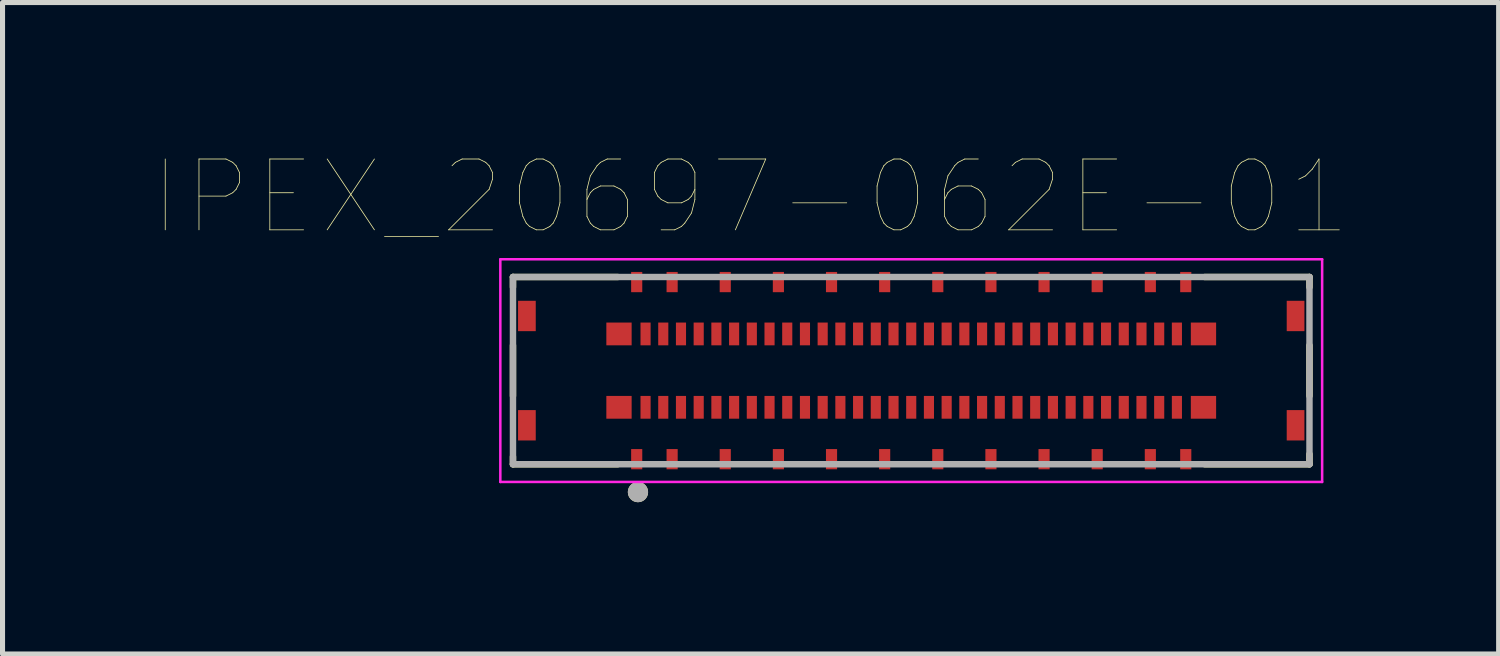
<source format=kicad_pcb>
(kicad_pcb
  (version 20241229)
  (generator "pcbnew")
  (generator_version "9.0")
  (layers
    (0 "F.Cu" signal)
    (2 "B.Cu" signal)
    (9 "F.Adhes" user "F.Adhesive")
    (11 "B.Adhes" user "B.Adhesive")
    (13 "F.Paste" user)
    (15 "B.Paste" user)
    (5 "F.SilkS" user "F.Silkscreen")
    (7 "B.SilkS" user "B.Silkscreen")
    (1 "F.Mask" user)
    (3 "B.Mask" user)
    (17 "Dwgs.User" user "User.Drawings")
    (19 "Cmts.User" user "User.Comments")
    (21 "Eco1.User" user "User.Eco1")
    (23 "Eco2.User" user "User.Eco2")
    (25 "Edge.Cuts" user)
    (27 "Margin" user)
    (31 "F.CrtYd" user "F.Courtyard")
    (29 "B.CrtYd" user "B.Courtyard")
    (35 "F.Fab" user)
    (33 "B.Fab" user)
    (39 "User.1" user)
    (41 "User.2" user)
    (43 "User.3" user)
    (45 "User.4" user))
  (footprint "IPEX_20697-062E-01"
    (layer "F.Cu")
    (at 14.957 4.274)
    (property "Reference" "IPEX_20697-062E-01" (at -3.175 -3.429 0) (layer "F.SilkS") (effects (font (size 1.4 1.4) (thickness 0.015))))
    (attr through_hole)
    (fp_line (start -7.87 -1.85) (end -7.87 -1.65) (stroke (width 0.127) (type solid)) (layer "F.SilkS"))
    (fp_line (start -7.87 -0.5) (end -7.87 0.5) (stroke (width 0.127) (type solid)) (layer "F.SilkS"))
    (fp_line (start -7.87 1.7) (end -7.87 1.85) (stroke (width 0.127) (type solid)) (layer "F.SilkS"))
    (fp_line (start -7.87 1.85) (end -5.8 1.85) (stroke (width 0.127) (type solid)) (layer "F.SilkS"))
    (fp_line (start -5.8 -1.85) (end -7.87 -1.85) (stroke (width 0.127) (type solid)) (layer "F.SilkS"))
    (fp_line (start 5.8 -1.85) (end 7.87 -1.85) (stroke (width 0.127) (type solid)) (layer "F.SilkS"))
    (fp_line (start 5.8 1.85) (end 7.87 1.85) (stroke (width 0.127) (type solid)) (layer "F.SilkS"))
    (fp_line (start 7.87 -1.85) (end 7.87 -1.65) (stroke (width 0.127) (type solid)) (layer "F.SilkS"))
    (fp_line (start 7.87 -0.5) (end 7.87 0.5) (stroke (width 0.127) (type solid)) (layer "F.SilkS"))
    (fp_line (start 7.87 1.85) (end 7.87 1.65) (stroke (width 0.127) (type solid)) (layer "F.SilkS"))
    (fp_circle (center -5.4 2.4) (end -5.3 2.4) (stroke (width 0.2) (type solid)) (fill no) (layer "F.SilkS"))
    (fp_poly (pts (xy -6.025 -0.875) (xy -5.525 -0.875) (xy -5.525 -0.575) (xy -6.025 -0.575)) (stroke (width 0.01) (type solid)) (fill yes) (layer "F.Paste"))
    (fp_poly (pts (xy -6.025 0.575) (xy -5.525 0.575) (xy -5.525 0.875) (xy -6.025 0.875)) (stroke (width 0.01) (type solid)) (fill yes) (layer "F.Paste"))
    (fp_poly (pts (xy -5.35 -0.875) (xy -5.15 -0.875) (xy -5.15 -0.575) (xy -5.35 -0.575)) (stroke (width 0.01) (type solid)) (fill yes) (layer "F.Paste"))
    (fp_poly (pts (xy -5.35 0.575) (xy -5.15 0.575) (xy -5.15 0.875) (xy -5.35 0.875)) (stroke (width 0.01) (type solid)) (fill yes) (layer "F.Paste"))
    (fp_poly (pts (xy -5 -0.875) (xy -4.8 -0.875) (xy -4.8 -0.575) (xy -5 -0.575)) (stroke (width 0.01) (type solid)) (fill yes) (layer "F.Paste"))
    (fp_poly (pts (xy -5 0.575) (xy -4.8 0.575) (xy -4.8 0.875) (xy -5 0.875)) (stroke (width 0.01) (type solid)) (fill yes) (layer "F.Paste"))
    (fp_poly (pts (xy -4.65 -0.875) (xy -4.45 -0.875) (xy -4.45 -0.575) (xy -4.65 -0.575)) (stroke (width 0.01) (type solid)) (fill yes) (layer "F.Paste"))
    (fp_poly (pts (xy -4.65 0.575) (xy -4.45 0.575) (xy -4.45 0.875) (xy -4.65 0.875)) (stroke (width 0.01) (type solid)) (fill yes) (layer "F.Paste"))
    (fp_poly (pts (xy -4.3 -0.875) (xy -4.1 -0.875) (xy -4.1 -0.575) (xy -4.3 -0.575)) (stroke (width 0.01) (type solid)) (fill yes) (layer "F.Paste"))
    (fp_poly (pts (xy -4.3 0.575) (xy -4.1 0.575) (xy -4.1 0.875) (xy -4.3 0.875)) (stroke (width 0.01) (type solid)) (fill yes) (layer "F.Paste"))
    (fp_poly (pts (xy -3.95 -0.875) (xy -3.75 -0.875) (xy -3.75 -0.575) (xy -3.95 -0.575)) (stroke (width 0.01) (type solid)) (fill yes) (layer "F.Paste"))
    (fp_poly (pts (xy -3.95 0.575) (xy -3.75 0.575) (xy -3.75 0.875) (xy -3.95 0.875)) (stroke (width 0.01) (type solid)) (fill yes) (layer "F.Paste"))
    (fp_poly (pts (xy -3.6 -0.875) (xy -3.4 -0.875) (xy -3.4 -0.575) (xy -3.6 -0.575)) (stroke (width 0.01) (type solid)) (fill yes) (layer "F.Paste"))
    (fp_poly (pts (xy -3.6 0.575) (xy -3.4 0.575) (xy -3.4 0.875) (xy -3.6 0.875)) (stroke (width 0.01) (type solid)) (fill yes) (layer "F.Paste"))
    (fp_poly (pts (xy -3.25 -0.875) (xy -3.05 -0.875) (xy -3.05 -0.575) (xy -3.25 -0.575)) (stroke (width 0.01) (type solid)) (fill yes) (layer "F.Paste"))
    (fp_poly (pts (xy -3.25 0.575) (xy -3.05 0.575) (xy -3.05 0.875) (xy -3.25 0.875)) (stroke (width 0.01) (type solid)) (fill yes) (layer "F.Paste"))
    (fp_poly (pts (xy -2.9 -0.875) (xy -2.7 -0.875) (xy -2.7 -0.575) (xy -2.9 -0.575)) (stroke (width 0.01) (type solid)) (fill yes) (layer "F.Paste"))
    (fp_poly (pts (xy -2.9 0.575) (xy -2.7 0.575) (xy -2.7 0.875) (xy -2.9 0.875)) (stroke (width 0.01) (type solid)) (fill yes) (layer "F.Paste"))
    (fp_poly (pts (xy -2.55 -0.875) (xy -2.35 -0.875) (xy -2.35 -0.575) (xy -2.55 -0.575)) (stroke (width 0.01) (type solid)) (fill yes) (layer "F.Paste"))
    (fp_poly (pts (xy -2.55 0.575) (xy -2.35 0.575) (xy -2.35 0.875) (xy -2.55 0.875)) (stroke (width 0.01) (type solid)) (fill yes) (layer "F.Paste"))
    (fp_poly (pts (xy -2.2 -0.875) (xy -2 -0.875) (xy -2 -0.575) (xy -2.2 -0.575)) (stroke (width 0.01) (type solid)) (fill yes) (layer "F.Paste"))
    (fp_poly (pts (xy -2.2 0.575) (xy -2 0.575) (xy -2 0.875) (xy -2.2 0.875)) (stroke (width 0.01) (type solid)) (fill yes) (layer "F.Paste"))
    (fp_poly (pts (xy -1.85 -0.875) (xy -1.65 -0.875) (xy -1.65 -0.575) (xy -1.85 -0.575)) (stroke (width 0.01) (type solid)) (fill yes) (layer "F.Paste"))
    (fp_poly (pts (xy -1.85 0.575) (xy -1.65 0.575) (xy -1.65 0.875) (xy -1.85 0.875)) (stroke (width 0.01) (type solid)) (fill yes) (layer "F.Paste"))
    (fp_poly (pts (xy -1.5 -0.875) (xy -1.3 -0.875) (xy -1.3 -0.575) (xy -1.5 -0.575)) (stroke (width 0.01) (type solid)) (fill yes) (layer "F.Paste"))
    (fp_poly (pts (xy -1.5 0.575) (xy -1.3 0.575) (xy -1.3 0.875) (xy -1.5 0.875)) (stroke (width 0.01) (type solid)) (fill yes) (layer "F.Paste"))
    (fp_poly (pts (xy -1.15 -0.875) (xy -0.95 -0.875) (xy -0.95 -0.575) (xy -1.15 -0.575)) (stroke (width 0.01) (type solid)) (fill yes) (layer "F.Paste"))
    (fp_poly (pts (xy -1.15 0.575) (xy -0.95 0.575) (xy -0.95 0.875) (xy -1.15 0.875)) (stroke (width 0.01) (type solid)) (fill yes) (layer "F.Paste"))
    (fp_poly (pts (xy -0.8 -0.875) (xy -0.6 -0.875) (xy -0.6 -0.575) (xy -0.8 -0.575)) (stroke (width 0.01) (type solid)) (fill yes) (layer "F.Paste"))
    (fp_poly (pts (xy -0.8 0.575) (xy -0.6 0.575) (xy -0.6 0.875) (xy -0.8 0.875)) (stroke (width 0.01) (type solid)) (fill yes) (layer "F.Paste"))
    (fp_poly (pts (xy -0.45 -0.875) (xy -0.25 -0.875) (xy -0.25 -0.575) (xy -0.45 -0.575)) (stroke (width 0.01) (type solid)) (fill yes) (layer "F.Paste"))
    (fp_poly (pts (xy -0.45 0.575) (xy -0.25 0.575) (xy -0.25 0.875) (xy -0.45 0.875)) (stroke (width 0.01) (type solid)) (fill yes) (layer "F.Paste"))
    (fp_poly (pts (xy -0.1 -0.875) (xy 0.1 -0.875) (xy 0.1 -0.575) (xy -0.1 -0.575)) (stroke (width 0.01) (type solid)) (fill yes) (layer "F.Paste"))
    (fp_poly (pts (xy -0.1 0.575) (xy 0.1 0.575) (xy 0.1 0.875) (xy -0.1 0.875)) (stroke (width 0.01) (type solid)) (fill yes) (layer "F.Paste"))
    (fp_poly (pts (xy 0.25 -0.875) (xy 0.45 -0.875) (xy 0.45 -0.575) (xy 0.25 -0.575)) (stroke (width 0.01) (type solid)) (fill yes) (layer "F.Paste"))
    (fp_poly (pts (xy 0.25 0.575) (xy 0.45 0.575) (xy 0.45 0.875) (xy 0.25 0.875)) (stroke (width 0.01) (type solid)) (fill yes) (layer "F.Paste"))
    (fp_poly (pts (xy 0.6 -0.875) (xy 0.8 -0.875) (xy 0.8 -0.575) (xy 0.6 -0.575)) (stroke (width 0.01) (type solid)) (fill yes) (layer "F.Paste"))
    (fp_poly (pts (xy 0.6 0.575) (xy 0.8 0.575) (xy 0.8 0.875) (xy 0.6 0.875)) (stroke (width 0.01) (type solid)) (fill yes) (layer "F.Paste"))
    (fp_poly (pts (xy 0.95 -0.875) (xy 1.15 -0.875) (xy 1.15 -0.575) (xy 0.95 -0.575)) (stroke (width 0.01) (type solid)) (fill yes) (layer "F.Paste"))
    (fp_poly (pts (xy 0.95 0.575) (xy 1.15 0.575) (xy 1.15 0.875) (xy 0.95 0.875)) (stroke (width 0.01) (type solid)) (fill yes) (layer "F.Paste"))
    (fp_poly (pts (xy 1.3 -0.875) (xy 1.5 -0.875) (xy 1.5 -0.575) (xy 1.3 -0.575)) (stroke (width 0.01) (type solid)) (fill yes) (layer "F.Paste"))
    (fp_poly (pts (xy 1.3 0.575) (xy 1.5 0.575) (xy 1.5 0.875) (xy 1.3 0.875)) (stroke (width 0.01) (type solid)) (fill yes) (layer "F.Paste"))
    (fp_poly (pts (xy 1.65 -0.875) (xy 1.85 -0.875) (xy 1.85 -0.575) (xy 1.65 -0.575)) (stroke (width 0.01) (type solid)) (fill yes) (layer "F.Paste"))
    (fp_poly (pts (xy 1.65 0.575) (xy 1.85 0.575) (xy 1.85 0.875) (xy 1.65 0.875)) (stroke (width 0.01) (type solid)) (fill yes) (layer "F.Paste"))
    (fp_poly (pts (xy 2 -0.875) (xy 2.2 -0.875) (xy 2.2 -0.575) (xy 2 -0.575)) (stroke (width 0.01) (type solid)) (fill yes) (layer "F.Paste"))
    (fp_poly (pts (xy 2 0.575) (xy 2.2 0.575) (xy 2.2 0.875) (xy 2 0.875)) (stroke (width 0.01) (type solid)) (fill yes) (layer "F.Paste"))
    (fp_poly (pts (xy 2.35 -0.875) (xy 2.55 -0.875) (xy 2.55 -0.575) (xy 2.35 -0.575)) (stroke (width 0.01) (type solid)) (fill yes) (layer "F.Paste"))
    (fp_poly (pts (xy 2.35 0.575) (xy 2.55 0.575) (xy 2.55 0.875) (xy 2.35 0.875)) (stroke (width 0.01) (type solid)) (fill yes) (layer "F.Paste"))
    (fp_poly (pts (xy 2.7 -0.875) (xy 2.9 -0.875) (xy 2.9 -0.575) (xy 2.7 -0.575)) (stroke (width 0.01) (type solid)) (fill yes) (layer "F.Paste"))
    (fp_poly (pts (xy 2.7 0.575) (xy 2.9 0.575) (xy 2.9 0.875) (xy 2.7 0.875)) (stroke (width 0.01) (type solid)) (fill yes) (layer "F.Paste"))
    (fp_poly (pts (xy 3.05 -0.875) (xy 3.25 -0.875) (xy 3.25 -0.575) (xy 3.05 -0.575)) (stroke (width 0.01) (type solid)) (fill yes) (layer "F.Paste"))
    (fp_poly (pts (xy 3.05 0.575) (xy 3.25 0.575) (xy 3.25 0.875) (xy 3.05 0.875)) (stroke (width 0.01) (type solid)) (fill yes) (layer "F.Paste"))
    (fp_poly (pts (xy 3.4 -0.875) (xy 3.6 -0.875) (xy 3.6 -0.575) (xy 3.4 -0.575)) (stroke (width 0.01) (type solid)) (fill yes) (layer "F.Paste"))
    (fp_poly (pts (xy 3.4 0.575) (xy 3.6 0.575) (xy 3.6 0.875) (xy 3.4 0.875)) (stroke (width 0.01) (type solid)) (fill yes) (layer "F.Paste"))
    (fp_poly (pts (xy 3.75 -0.875) (xy 3.95 -0.875) (xy 3.95 -0.575) (xy 3.75 -0.575)) (stroke (width 0.01) (type solid)) (fill yes) (layer "F.Paste"))
    (fp_poly (pts (xy 3.75 0.575) (xy 3.95 0.575) (xy 3.95 0.875) (xy 3.75 0.875)) (stroke (width 0.01) (type solid)) (fill yes) (layer "F.Paste"))
    (fp_poly (pts (xy 4.1 -0.875) (xy 4.3 -0.875) (xy 4.3 -0.575) (xy 4.1 -0.575)) (stroke (width 0.01) (type solid)) (fill yes) (layer "F.Paste"))
    (fp_poly (pts (xy 4.1 0.575) (xy 4.3 0.575) (xy 4.3 0.875) (xy 4.1 0.875)) (stroke (width 0.01) (type solid)) (fill yes) (layer "F.Paste"))
    (fp_poly (pts (xy 4.45 -0.875) (xy 4.65 -0.875) (xy 4.65 -0.575) (xy 4.45 -0.575)) (stroke (width 0.01) (type solid)) (fill yes) (layer "F.Paste"))
    (fp_poly (pts (xy 4.45 0.575) (xy 4.65 0.575) (xy 4.65 0.875) (xy 4.45 0.875)) (stroke (width 0.01) (type solid)) (fill yes) (layer "F.Paste"))
    (fp_poly (pts (xy 4.8 -0.875) (xy 5 -0.875) (xy 5 -0.575) (xy 4.8 -0.575)) (stroke (width 0.01) (type solid)) (fill yes) (layer "F.Paste"))
    (fp_poly (pts (xy 4.8 0.575) (xy 5 0.575) (xy 5 0.875) (xy 4.8 0.875)) (stroke (width 0.01) (type solid)) (fill yes) (layer "F.Paste"))
    (fp_poly (pts (xy 5.15 -0.875) (xy 5.35 -0.875) (xy 5.35 -0.575) (xy 5.15 -0.575)) (stroke (width 0.01) (type solid)) (fill yes) (layer "F.Paste"))
    (fp_poly (pts (xy 5.15 0.575) (xy 5.35 0.575) (xy 5.35 0.875) (xy 5.15 0.875)) (stroke (width 0.01) (type solid)) (fill yes) (layer "F.Paste"))
    (fp_poly (pts (xy 5.525 -0.875) (xy 6.025 -0.875) (xy 6.025 -0.575) (xy 5.525 -0.575)) (stroke (width 0.01) (type solid)) (fill yes) (layer "F.Paste"))
    (fp_poly (pts (xy 5.525 0.575) (xy 6.025 0.575) (xy 6.025 0.875) (xy 5.525 0.875)) (stroke (width 0.01) (type solid)) (fill yes) (layer "F.Paste"))
    (fp_line (start -8.12 -2.2) (end 8.12 -2.2) (stroke (width 0.05) (type solid)) (layer "F.CrtYd"))
    (fp_line (start -8.12 2.2) (end -8.12 -2.2) (stroke (width 0.05) (type solid)) (layer "F.CrtYd"))
    (fp_line (start 8.12 -2.2) (end 8.12 2.2) (stroke (width 0.05) (type solid)) (layer "F.CrtYd"))
    (fp_line (start 8.12 2.2) (end -8.12 2.2) (stroke (width 0.05) (type solid)) (layer "F.CrtYd"))
    (fp_line (start -7.87 -1.85) (end 7.87 -1.85) (stroke (width 0.127) (type solid)) (layer "F.Fab"))
    (fp_line (start -7.87 1.85) (end -7.87 -1.85) (stroke (width 0.127) (type solid)) (layer "F.Fab"))
    (fp_line (start 7.87 -1.85) (end 7.87 1.85) (stroke (width 0.127) (type solid)) (layer "F.Fab"))
    (fp_line (start 7.87 1.85) (end -7.87 1.85) (stroke (width 0.127) (type solid)) (layer "F.Fab"))
    (fp_circle (center -5.4 2.4) (end -5.3 2.4) (stroke (width 0.2) (type solid)) (fill no) (layer "F.Fab"))
    (pad "1" smd rect (at -5.25 0.725) (size 0.2 0.45) (layers "F.Cu" "F.Mask"))
    (pad "2" smd rect (at -5.25 -0.725) (size 0.2 0.45) (layers "F.Cu" "F.Mask"))
    (pad "3" smd rect (at -4.9 0.725) (size 0.2 0.45) (layers "F.Cu" "F.Mask"))
    (pad "4" smd rect (at -4.9 -0.725) (size 0.2 0.45) (layers "F.Cu" "F.Mask"))
    (pad "5" smd rect (at -4.55 0.725) (size 0.2 0.45) (layers "F.Cu" "F.Mask"))
    (pad "6" smd rect (at -4.55 -0.725) (size 0.2 0.45) (layers "F.Cu" "F.Mask"))
    (pad "7" smd rect (at -4.2 0.725) (size 0.2 0.45) (layers "F.Cu" "F.Mask"))
    (pad "8" smd rect (at -4.2 -0.725) (size 0.2 0.45) (layers "F.Cu" "F.Mask"))
    (pad "9" smd rect (at -3.85 0.725) (size 0.2 0.45) (layers "F.Cu" "F.Mask"))
    (pad "10" smd rect (at -3.85 -0.725) (size 0.2 0.45) (layers "F.Cu" "F.Mask"))
    (pad "11" smd rect (at -3.5 0.725) (size 0.2 0.45) (layers "F.Cu" "F.Mask"))
    (pad "12" smd rect (at -3.5 -0.725) (size 0.2 0.45) (layers "F.Cu" "F.Mask"))
    (pad "13" smd rect (at -3.15 0.725) (size 0.2 0.45) (layers "F.Cu" "F.Mask"))
    (pad "14" smd rect (at -3.15 -0.725) (size 0.2 0.45) (layers "F.Cu" "F.Mask"))
    (pad "15" smd rect (at -2.8 0.725) (size 0.2 0.45) (layers "F.Cu" "F.Mask"))
    (pad "16" smd rect (at -2.8 -0.725) (size 0.2 0.45) (layers "F.Cu" "F.Mask"))
    (pad "17" smd rect (at -2.45 0.725) (size 0.2 0.45) (layers "F.Cu" "F.Mask"))
    (pad "18" smd rect (at -2.45 -0.725) (size 0.2 0.45) (layers "F.Cu" "F.Mask"))
    (pad "19" smd rect (at -2.1 0.725) (size 0.2 0.45) (layers "F.Cu" "F.Mask"))
    (pad "20" smd rect (at -2.1 -0.725) (size 0.2 0.45) (layers "F.Cu" "F.Mask"))
    (pad "21" smd rect (at -1.75 0.725) (size 0.2 0.45) (layers "F.Cu" "F.Mask"))
    (pad "22" smd rect (at -1.75 -0.725) (size 0.2 0.45) (layers "F.Cu" "F.Mask"))
    (pad "23" smd rect (at -1.4 0.725) (size 0.2 0.45) (layers "F.Cu" "F.Mask"))
    (pad "24" smd rect (at -1.4 -0.725) (size 0.2 0.45) (layers "F.Cu" "F.Mask"))
    (pad "25" smd rect (at -1.05 0.725) (size 0.2 0.45) (layers "F.Cu" "F.Mask"))
    (pad "26" smd rect (at -1.05 -0.725) (size 0.2 0.45) (layers "F.Cu" "F.Mask"))
    (pad "27" smd rect (at -0.7 0.725) (size 0.2 0.45) (layers "F.Cu" "F.Mask"))
    (pad "28" smd rect (at -0.7 -0.725) (size 0.2 0.45) (layers "F.Cu" "F.Mask"))
    (pad "29" smd rect (at -0.35 0.725) (size 0.2 0.45) (layers "F.Cu" "F.Mask"))
    (pad "30" smd rect (at -0.35 -0.725) (size 0.2 0.45) (layers "F.Cu" "F.Mask"))
    (pad "31" smd rect (at 0 0.725) (size 0.2 0.45) (layers "F.Cu" "F.Mask"))
    (pad "32" smd rect (at 0 -0.725) (size 0.2 0.45) (layers "F.Cu" "F.Mask"))
    (pad "33" smd rect (at 0.35 0.725) (size 0.2 0.45) (layers "F.Cu" "F.Mask"))
    (pad "34" smd rect (at 0.35 -0.725) (size 0.2 0.45) (layers "F.Cu" "F.Mask"))
    (pad "35" smd rect (at 0.7 0.725) (size 0.2 0.45) (layers "F.Cu" "F.Mask"))
    (pad "36" smd rect (at 0.7 -0.725) (size 0.2 0.45) (layers "F.Cu" "F.Mask"))
    (pad "37" smd rect (at 1.05 0.725) (size 0.2 0.45) (layers "F.Cu" "F.Mask"))
    (pad "38" smd rect (at 1.05 -0.725) (size 0.2 0.45) (layers "F.Cu" "F.Mask"))
    (pad "39" smd rect (at 1.4 0.725) (size 0.2 0.45) (layers "F.Cu" "F.Mask"))
    (pad "40" smd rect (at 1.4 -0.725) (size 0.2 0.45) (layers "F.Cu" "F.Mask"))
    (pad "41" smd rect (at 1.75 0.725) (size 0.2 0.45) (layers "F.Cu" "F.Mask"))
    (pad "42" smd rect (at 1.75 -0.725) (size 0.2 0.45) (layers "F.Cu" "F.Mask"))
    (pad "43" smd rect (at 2.1 0.725) (size 0.2 0.45) (layers "F.Cu" "F.Mask"))
    (pad "44" smd rect (at 2.1 -0.725) (size 0.2 0.45) (layers "F.Cu" "F.Mask"))
    (pad "45" smd rect (at 2.45 0.725) (size 0.2 0.45) (layers "F.Cu" "F.Mask"))
    (pad "46" smd rect (at 2.45 -0.725) (size 0.2 0.45) (layers "F.Cu" "F.Mask"))
    (pad "47" smd rect (at 2.8 0.725) (size 0.2 0.45) (layers "F.Cu" "F.Mask"))
    (pad "48" smd rect (at 2.8 -0.725) (size 0.2 0.45) (layers "F.Cu" "F.Mask"))
    (pad "49" smd rect (at 3.15 0.725) (size 0.2 0.45) (layers "F.Cu" "F.Mask"))
    (pad "50" smd rect (at 3.15 -0.725) (size 0.2 0.45) (layers "F.Cu" "F.Mask"))
    (pad "51" smd rect (at 3.5 0.725) (size 0.2 0.45) (layers "F.Cu" "F.Mask"))
    (pad "52" smd rect (at 3.5 -0.725) (size 0.2 0.45) (layers "F.Cu" "F.Mask"))
    (pad "53" smd rect (at 3.85 0.725) (size 0.2 0.45) (layers "F.Cu" "F.Mask"))
    (pad "54" smd rect (at 3.85 -0.725) (size 0.2 0.45) (layers "F.Cu" "F.Mask"))
    (pad "55" smd rect (at 4.2 0.725) (size 0.2 0.45) (layers "F.Cu" "F.Mask"))
    (pad "56" smd rect (at 4.2 -0.725) (size 0.2 0.45) (layers "F.Cu" "F.Mask"))
    (pad "57" smd rect (at 4.55 0.725) (size 0.2 0.45) (layers "F.Cu" "F.Mask"))
    (pad "58" smd rect (at 4.55 -0.725) (size 0.2 0.45) (layers "F.Cu" "F.Mask"))
    (pad "59" smd rect (at 4.9 0.725) (size 0.2 0.45) (layers "F.Cu" "F.Mask"))
    (pad "60" smd rect (at 4.9 -0.725) (size 0.2 0.45) (layers "F.Cu" "F.Mask"))
    (pad "61" smd rect (at 5.25 0.725) (size 0.2 0.45) (layers "F.Cu" "F.Mask"))
    (pad "62" smd rect (at 5.25 -0.725) (size 0.2 0.45) (layers "F.Cu" "F.Mask"))
    (pad "G1" smd rect (at -5.425 1.75) (size 0.22 0.4) (layers "F.Cu" "F.Mask" "F.Paste"))
    (pad "G2" smd rect (at -5.425 -1.75) (size 0.22 0.4) (layers "F.Cu" "F.Mask" "F.Paste"))
    (pad "G3" smd rect (at -4.725 1.75) (size 0.22 0.4) (layers "F.Cu" "F.Mask" "F.Paste"))
    (pad "G4" smd rect (at -4.725 -1.75) (size 0.22 0.4) (layers "F.Cu" "F.Mask" "F.Paste"))
    (pad "G5" smd rect (at -3.675 1.75) (size 0.22 0.4) (layers "F.Cu" "F.Mask" "F.Paste"))
    (pad "G6" smd rect (at -3.675 -1.75) (size 0.22 0.4) (layers "F.Cu" "F.Mask" "F.Paste"))
    (pad "G7" smd rect (at -2.625 1.75) (size 0.22 0.4) (layers "F.Cu" "F.Mask" "F.Paste"))
    (pad "G8" smd rect (at -2.625 -1.75) (size 0.22 0.4) (layers "F.Cu" "F.Mask" "F.Paste"))
    (pad "G9" smd rect (at -1.575 1.75) (size 0.22 0.4) (layers "F.Cu" "F.Mask" "F.Paste"))
    (pad "G10" smd rect (at -1.575 -1.75) (size 0.22 0.4) (layers "F.Cu" "F.Mask" "F.Paste"))
    (pad "G11" smd rect (at -0.525 1.75) (size 0.22 0.4) (layers "F.Cu" "F.Mask" "F.Paste"))
    (pad "G12" smd rect (at -0.525 -1.75) (size 0.22 0.4) (layers "F.Cu" "F.Mask" "F.Paste"))
    (pad "G13" smd rect (at 0.525 1.75) (size 0.22 0.4) (layers "F.Cu" "F.Mask" "F.Paste"))
    (pad "G14" smd rect (at 0.525 -1.75) (size 0.22 0.4) (layers "F.Cu" "F.Mask" "F.Paste"))
    (pad "G15" smd rect (at 1.575 1.75) (size 0.22 0.4) (layers "F.Cu" "F.Mask" "F.Paste"))
    (pad "G16" smd rect (at 1.575 -1.75) (size 0.22 0.4) (layers "F.Cu" "F.Mask" "F.Paste"))
    (pad "G17" smd rect (at 2.625 1.75) (size 0.22 0.4) (layers "F.Cu" "F.Mask" "F.Paste"))
    (pad "G18" smd rect (at 2.625 -1.75) (size 0.22 0.4) (layers "F.Cu" "F.Mask" "F.Paste"))
    (pad "G19" smd rect (at 3.675 1.75) (size 0.22 0.4) (layers "F.Cu" "F.Mask" "F.Paste"))
    (pad "G20" smd rect (at 3.675 -1.75) (size 0.22 0.4) (layers "F.Cu" "F.Mask" "F.Paste"))
    (pad "G21" smd rect (at 4.725 1.75) (size 0.22 0.4) (layers "F.Cu" "F.Mask" "F.Paste"))
    (pad "G22" smd rect (at 4.725 -1.75) (size 0.22 0.4) (layers "F.Cu" "F.Mask" "F.Paste"))
    (pad "G23" smd rect (at 5.425 1.75) (size 0.22 0.4) (layers "F.Cu" "F.Mask" "F.Paste"))
    (pad "G24" smd rect (at 5.425 -1.75) (size 0.22 0.4) (layers "F.Cu" "F.Mask" "F.Paste"))
    (pad "P1" smd rect (at -5.775 0.725) (size 0.5 0.45) (layers "F.Cu" "F.Mask"))
    (pad "P2" smd rect (at -5.775 -0.725) (size 0.5 0.45) (layers "F.Cu" "F.Mask"))
    (pad "P3" smd rect (at 5.775 0.725) (size 0.5 0.45) (layers "F.Cu" "F.Mask"))
    (pad "P4" smd rect (at 5.775 -0.725) (size 0.5 0.45) (layers "F.Cu" "F.Mask"))
    (pad "SH1" smd rect (at -7.595 1.08) (size 0.35 0.6) (layers "F.Cu" "F.Mask" "F.Paste"))
    (pad "SH2" smd rect (at -7.595 -1.08) (size 0.35 0.6) (layers "F.Cu" "F.Mask" "F.Paste"))
    (pad "SH3" smd rect (at 7.595 1.08) (size 0.35 0.6) (layers "F.Cu" "F.Mask" "F.Paste"))
    (pad "SH4" smd rect (at 7.595 -1.08) (size 0.35 0.6) (layers "F.Cu" "F.Mask" "F.Paste")))
  (gr_rect
    (start -3 -3)
    (end 26.565 9.874)
    (stroke (width 0.1) (type default))
    (fill no)
    (layer "Edge.Cuts")))
</source>
